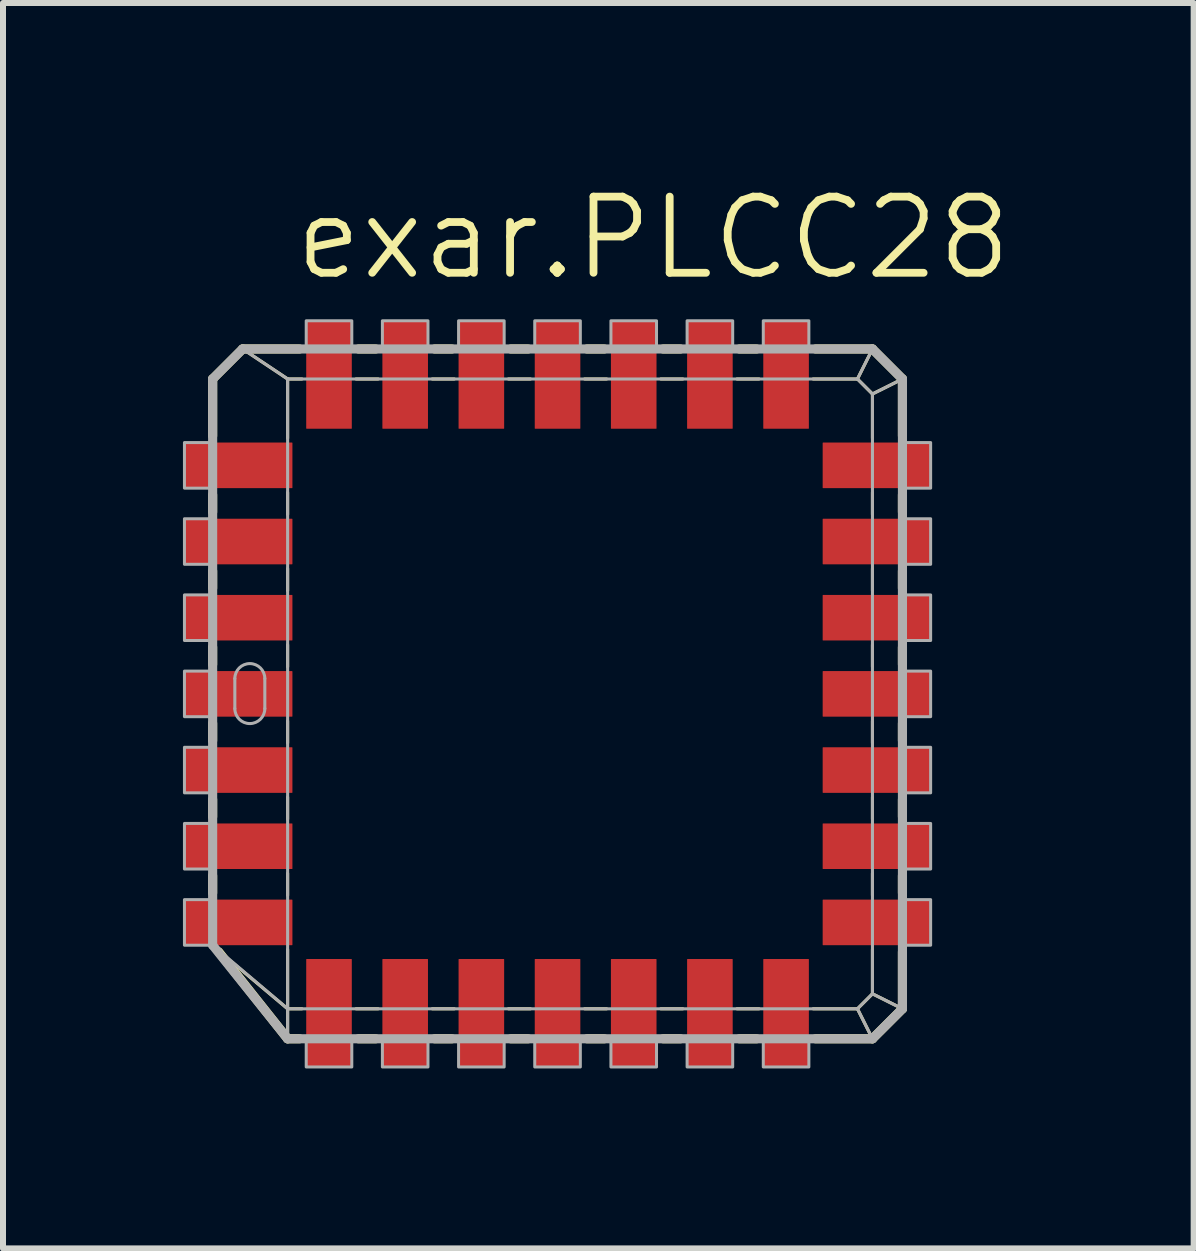
<source format=kicad_pcb>
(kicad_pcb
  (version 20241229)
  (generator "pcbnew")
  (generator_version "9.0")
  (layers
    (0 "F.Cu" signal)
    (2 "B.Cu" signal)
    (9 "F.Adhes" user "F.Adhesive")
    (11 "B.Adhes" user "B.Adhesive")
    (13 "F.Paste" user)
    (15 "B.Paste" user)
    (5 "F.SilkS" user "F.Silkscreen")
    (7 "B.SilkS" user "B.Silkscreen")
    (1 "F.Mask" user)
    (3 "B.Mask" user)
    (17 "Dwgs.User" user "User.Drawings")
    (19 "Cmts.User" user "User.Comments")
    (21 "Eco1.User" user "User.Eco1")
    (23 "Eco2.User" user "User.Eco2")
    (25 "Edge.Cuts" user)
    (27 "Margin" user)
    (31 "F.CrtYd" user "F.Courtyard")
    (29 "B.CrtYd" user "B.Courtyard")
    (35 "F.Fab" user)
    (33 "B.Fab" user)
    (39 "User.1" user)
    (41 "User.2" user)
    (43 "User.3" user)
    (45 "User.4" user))
  (footprint "exar.PLCC28"
    (layer "F.Cu")
    (at 6.245 8.518)
    (property "Reference" "exar.PLCC28" (at -4.445 -6.858 0) (layer "F.SilkS") (effects (font (size 1.27 1.27) (thickness 0.13)) (justify left bottom)))
    (attr smd)
    (fp_line (start -5.75 -5.25) (end -5.25 -5.75) (stroke (width 0.152) (type default)) (layer "F.SilkS"))
    (fp_line (start -5.75 -4.301) (end -5.75 -5.25) (stroke (width 0.152) (type default)) (layer "F.SilkS"))
    (fp_line (start -5.75 -3.031) (end -5.75 -3.319) (stroke (width 0.152) (type default)) (layer "F.SilkS"))
    (fp_line (start -5.75 -1.761) (end -5.75 -2.049) (stroke (width 0.152) (type default)) (layer "F.SilkS"))
    (fp_line (start -5.75 -0.491) (end -5.75 -0.779) (stroke (width 0.152) (type default)) (layer "F.SilkS"))
    (fp_line (start -5.75 0.779) (end -5.75 0.491) (stroke (width 0.152) (type default)) (layer "F.SilkS"))
    (fp_line (start -5.75 2.049) (end -5.75 1.761) (stroke (width 0.152) (type default)) (layer "F.SilkS"))
    (fp_line (start -5.75 3.319) (end -5.75 3.031) (stroke (width 0.152) (type default)) (layer "F.SilkS"))
    (fp_line (start -5.25 -5.75) (end -4.5 -5.25) (stroke (width 0.051) (type default)) (layer "F.SilkS"))
    (fp_line (start -5.25 -5.75) (end -4.301 -5.75) (stroke (width 0.152) (type default)) (layer "F.SilkS"))
    (fp_line (start -4.5 -5.25) (end -4.261 -5.25) (stroke (width 0.051) (type default)) (layer "F.SilkS"))
    (fp_line (start -4.5 -4.261) (end -4.5 -5.25) (stroke (width 0.051) (type default)) (layer "F.SilkS"))
    (fp_line (start -4.5 -2.991) (end -4.5 -3.359) (stroke (width 0.051) (type default)) (layer "F.SilkS"))
    (fp_line (start -4.5 -1.721) (end -4.5 -2.089) (stroke (width 0.051) (type default)) (layer "F.SilkS"))
    (fp_line (start -4.5 -0.451) (end -4.5 -0.819) (stroke (width 0.051) (type default)) (layer "F.SilkS"))
    (fp_line (start -4.5 0.819) (end -4.5 0.451) (stroke (width 0.051) (type default)) (layer "F.SilkS"))
    (fp_line (start -4.5 2.089) (end -4.5 1.721) (stroke (width 0.051) (type default)) (layer "F.SilkS"))
    (fp_line (start -4.5 3.359) (end -4.5 2.991) (stroke (width 0.051) (type default)) (layer "F.SilkS"))
    (fp_line (start -4.5 5.25) (end -5.679 4.261) (stroke (width 0.051) (type default)) (layer "F.SilkS"))
    (fp_line (start -4.5 5.25) (end -4.5 4.261) (stroke (width 0.051) (type default)) (layer "F.SilkS"))
    (fp_line (start -4.5 5.75) (end -5.649 4.301) (stroke (width 0.152) (type default)) (layer "F.SilkS"))
    (fp_line (start -4.5 5.75) (end -4.5 5.25) (stroke (width 0.051) (type default)) (layer "F.SilkS"))
    (fp_line (start -4.301 5.75) (end -4.5 5.75) (stroke (width 0.152) (type default)) (layer "F.SilkS"))
    (fp_line (start -4.261 5.25) (end -4.5 5.25) (stroke (width 0.051) (type default)) (layer "F.SilkS"))
    (fp_line (start -3.359 -5.25) (end -2.991 -5.25) (stroke (width 0.051) (type default)) (layer "F.SilkS"))
    (fp_line (start -3.319 -5.75) (end -3.031 -5.75) (stroke (width 0.152) (type default)) (layer "F.SilkS"))
    (fp_line (start -3.031 5.75) (end -3.319 5.75) (stroke (width 0.152) (type default)) (layer "F.SilkS"))
    (fp_line (start -2.991 5.25) (end -3.359 5.25) (stroke (width 0.051) (type default)) (layer "F.SilkS"))
    (fp_line (start -2.089 -5.25) (end -1.721 -5.25) (stroke (width 0.051) (type default)) (layer "F.SilkS"))
    (fp_line (start -2.049 -5.75) (end -1.761 -5.75) (stroke (width 0.152) (type default)) (layer "F.SilkS"))
    (fp_line (start -1.761 5.75) (end -2.049 5.75) (stroke (width 0.152) (type default)) (layer "F.SilkS"))
    (fp_line (start -1.721 5.25) (end -2.089 5.25) (stroke (width 0.051) (type default)) (layer "F.SilkS"))
    (fp_line (start -0.819 -5.25) (end -0.451 -5.25) (stroke (width 0.051) (type default)) (layer "F.SilkS"))
    (fp_line (start -0.779 -5.75) (end -0.491 -5.75) (stroke (width 0.152) (type default)) (layer "F.SilkS"))
    (fp_line (start -0.491 5.75) (end -0.779 5.75) (stroke (width 0.152) (type default)) (layer "F.SilkS"))
    (fp_line (start -0.451 5.25) (end -0.819 5.25) (stroke (width 0.051) (type default)) (layer "F.SilkS"))
    (fp_line (start 0.451 -5.25) (end 0.819 -5.25) (stroke (width 0.051) (type default)) (layer "F.SilkS"))
    (fp_line (start 0.491 -5.75) (end 0.779 -5.75) (stroke (width 0.152) (type default)) (layer "F.SilkS"))
    (fp_line (start 0.779 5.75) (end 0.491 5.75) (stroke (width 0.152) (type default)) (layer "F.SilkS"))
    (fp_line (start 0.819 5.25) (end 0.451 5.25) (stroke (width 0.051) (type default)) (layer "F.SilkS"))
    (fp_line (start 1.721 -5.25) (end 2.089 -5.25) (stroke (width 0.051) (type default)) (layer "F.SilkS"))
    (fp_line (start 1.761 -5.75) (end 2.049 -5.75) (stroke (width 0.152) (type default)) (layer "F.SilkS"))
    (fp_line (start 2.049 5.75) (end 1.761 5.75) (stroke (width 0.152) (type default)) (layer "F.SilkS"))
    (fp_line (start 2.089 5.25) (end 1.721 5.25) (stroke (width 0.051) (type default)) (layer "F.SilkS"))
    (fp_line (start 2.991 -5.25) (end 3.359 -5.25) (stroke (width 0.051) (type default)) (layer "F.SilkS"))
    (fp_line (start 3.031 -5.75) (end 3.319 -5.75) (stroke (width 0.152) (type default)) (layer "F.SilkS"))
    (fp_line (start 3.319 5.75) (end 3.031 5.75) (stroke (width 0.152) (type default)) (layer "F.SilkS"))
    (fp_line (start 3.359 5.25) (end 2.991 5.25) (stroke (width 0.051) (type default)) (layer "F.SilkS"))
    (fp_line (start 4.261 -5.25) (end 5 -5.25) (stroke (width 0.051) (type default)) (layer "F.SilkS"))
    (fp_line (start 4.301 -5.75) (end 5.25 -5.75) (stroke (width 0.152) (type default)) (layer "F.SilkS"))
    (fp_line (start 5 -5.25) (end 5.25 -5.75) (stroke (width 0.051) (type default)) (layer "F.SilkS"))
    (fp_line (start 5 -5.25) (end 5.25 -5) (stroke (width 0.051) (type default)) (layer "F.SilkS"))
    (fp_line (start 5 5.25) (end 4.261 5.25) (stroke (width 0.051) (type default)) (layer "F.SilkS"))
    (fp_line (start 5.25 -5.75) (end 5.75 -5.25) (stroke (width 0.152) (type default)) (layer "F.SilkS"))
    (fp_line (start 5.25 -5) (end 5.25 -4.261) (stroke (width 0.051) (type default)) (layer "F.SilkS"))
    (fp_line (start 5.25 -5) (end 5.75 -5.25) (stroke (width 0.051) (type default)) (layer "F.SilkS"))
    (fp_line (start 5.25 -3.359) (end 5.25 -2.991) (stroke (width 0.051) (type default)) (layer "F.SilkS"))
    (fp_line (start 5.25 -2.089) (end 5.25 -1.721) (stroke (width 0.051) (type default)) (layer "F.SilkS"))
    (fp_line (start 5.25 -0.819) (end 5.25 -0.451) (stroke (width 0.051) (type default)) (layer "F.SilkS"))
    (fp_line (start 5.25 0.451) (end 5.25 0.819) (stroke (width 0.051) (type default)) (layer "F.SilkS"))
    (fp_line (start 5.25 1.721) (end 5.25 2.089) (stroke (width 0.051) (type default)) (layer "F.SilkS"))
    (fp_line (start 5.25 2.991) (end 5.25 3.359) (stroke (width 0.051) (type default)) (layer "F.SilkS"))
    (fp_line (start 5.25 4.261) (end 5.25 5) (stroke (width 0.051) (type default)) (layer "F.SilkS"))
    (fp_line (start 5.25 5) (end 5 5.25) (stroke (width 0.051) (type default)) (layer "F.SilkS"))
    (fp_line (start 5.25 5.75) (end 4.301 5.75) (stroke (width 0.152) (type default)) (layer "F.SilkS"))
    (fp_line (start 5.25 5.75) (end 5 5.25) (stroke (width 0.051) (type default)) (layer "F.SilkS"))
    (fp_line (start 5.75 -5.25) (end 5.75 -4.301) (stroke (width 0.152) (type default)) (layer "F.SilkS"))
    (fp_line (start 5.75 -3.319) (end 5.75 -3.031) (stroke (width 0.152) (type default)) (layer "F.SilkS"))
    (fp_line (start 5.75 -2.049) (end 5.75 -1.761) (stroke (width 0.152) (type default)) (layer "F.SilkS"))
    (fp_line (start 5.75 -0.779) (end 5.75 -0.491) (stroke (width 0.152) (type default)) (layer "F.SilkS"))
    (fp_line (start 5.75 0.491) (end 5.75 0.779) (stroke (width 0.152) (type default)) (layer "F.SilkS"))
    (fp_line (start 5.75 1.761) (end 5.75 2.049) (stroke (width 0.152) (type default)) (layer "F.SilkS"))
    (fp_line (start 5.75 3.031) (end 5.75 3.319) (stroke (width 0.152) (type default)) (layer "F.SilkS"))
    (fp_line (start 5.75 4.301) (end 5.75 5.25) (stroke (width 0.152) (type default)) (layer "F.SilkS"))
    (fp_line (start 5.75 5.25) (end 5.25 5) (stroke (width 0.051) (type default)) (layer "F.SilkS"))
    (fp_line (start 5.75 5.25) (end 5.25 5.75) (stroke (width 0.152) (type default)) (layer "F.SilkS"))
    (fp_line (start -5.75 -5.25) (end -5.25 -5.75) (stroke (width 0.152) (type default)) (layer "F.Fab"))
    (fp_line (start -5.75 4.19) (end -5.75 -5.25) (stroke (width 0.152) (type default)) (layer "F.Fab"))
    (fp_line (start -5.38 -0.255) (end -5.38 0.245) (stroke (width 0.051) (type default)) (layer "F.Fab"))
    (fp_line (start -5.25 -5.75) (end -4.5 -5.25) (stroke (width 0.051) (type default)) (layer "F.Fab"))
    (fp_line (start -5.25 -5.75) (end 5.25 -5.75) (stroke (width 0.152) (type default)) (layer "F.Fab"))
    (fp_line (start -4.88 -0.255) (end -4.88 0.245) (stroke (width 0.051) (type default)) (layer "F.Fab"))
    (fp_line (start -4.5 -5.25) (end 5 -5.25) (stroke (width 0.051) (type default)) (layer "F.Fab"))
    (fp_line (start -4.5 5.25) (end -5.75 4.19) (stroke (width 0.051) (type default)) (layer "F.Fab"))
    (fp_line (start -4.5 5.25) (end -4.5 -5.25) (stroke (width 0.051) (type default)) (layer "F.Fab"))
    (fp_line (start -4.5 5.75) (end -5.75 4.19) (stroke (width 0.152) (type default)) (layer "F.Fab"))
    (fp_line (start -4.5 5.75) (end -4.5 5.25) (stroke (width 0.051) (type default)) (layer "F.Fab"))
    (fp_line (start 5 -5.25) (end 5.25 -5.75) (stroke (width 0.051) (type default)) (layer "F.Fab"))
    (fp_line (start 5 -5.25) (end 5.25 -5) (stroke (width 0.051) (type default)) (layer "F.Fab"))
    (fp_line (start 5 5.25) (end -4.5 5.25) (stroke (width 0.051) (type default)) (layer "F.Fab"))
    (fp_line (start 5.25 -5.75) (end 5.75 -5.25) (stroke (width 0.152) (type default)) (layer "F.Fab"))
    (fp_line (start 5.25 -5) (end 5.25 5) (stroke (width 0.051) (type default)) (layer "F.Fab"))
    (fp_line (start 5.25 -5) (end 5.75 -5.25) (stroke (width 0.051) (type default)) (layer "F.Fab"))
    (fp_line (start 5.25 5) (end 5 5.25) (stroke (width 0.051) (type default)) (layer "F.Fab"))
    (fp_line (start 5.25 5.75) (end -4.5 5.75) (stroke (width 0.152) (type default)) (layer "F.Fab"))
    (fp_line (start 5.25 5.75) (end 5 5.25) (stroke (width 0.051) (type default)) (layer "F.Fab"))
    (fp_line (start 5.75 -5.25) (end 5.75 5.25) (stroke (width 0.152) (type default)) (layer "F.Fab"))
    (fp_line (start 5.75 5.25) (end 5.25 5) (stroke (width 0.051) (type default)) (layer "F.Fab"))
    (fp_line (start 5.75 5.25) (end 5.25 5.75) (stroke (width 0.152) (type default)) (layer "F.Fab"))
    (fp_rect (start -6.22 -3.43) (end -5.75 -4.19) (stroke (width 0.05) (type default)) (fill no) (layer "F.Fab"))
    (fp_rect (start -6.22 -2.16) (end -5.75 -2.92) (stroke (width 0.05) (type default)) (fill no) (layer "F.Fab"))
    (fp_rect (start -6.22 -0.89) (end -5.75 -1.65) (stroke (width 0.05) (type default)) (fill no) (layer "F.Fab"))
    (fp_rect (start -6.22 0.38) (end -5.75 -0.38) (stroke (width 0.05) (type default)) (fill no) (layer "F.Fab"))
    (fp_rect (start -6.22 1.65) (end -5.75 0.89) (stroke (width 0.05) (type default)) (fill no) (layer "F.Fab"))
    (fp_rect (start -6.22 2.92) (end -5.75 2.16) (stroke (width 0.05) (type default)) (fill no) (layer "F.Fab"))
    (fp_rect (start -6.22 4.19) (end -5.75 3.43) (stroke (width 0.05) (type default)) (fill no) (layer "F.Fab"))
    (fp_rect (start -4.19 -5.75) (end -3.43 -6.22) (stroke (width 0.05) (type default)) (fill no) (layer "F.Fab"))
    (fp_rect (start -4.19 6.22) (end -3.43 5.75) (stroke (width 0.05) (type default)) (fill no) (layer "F.Fab"))
    (fp_rect (start -2.92 -5.75) (end -2.16 -6.22) (stroke (width 0.05) (type default)) (fill no) (layer "F.Fab"))
    (fp_rect (start -2.92 6.22) (end -2.16 5.75) (stroke (width 0.05) (type default)) (fill no) (layer "F.Fab"))
    (fp_rect (start -1.65 -5.75) (end -0.89 -6.22) (stroke (width 0.05) (type default)) (fill no) (layer "F.Fab"))
    (fp_rect (start -1.65 6.22) (end -0.89 5.75) (stroke (width 0.05) (type default)) (fill no) (layer "F.Fab"))
    (fp_rect (start -0.38 -5.75) (end 0.38 -6.22) (stroke (width 0.05) (type default)) (fill no) (layer "F.Fab"))
    (fp_rect (start -0.38 6.22) (end 0.38 5.75) (stroke (width 0.05) (type default)) (fill no) (layer "F.Fab"))
    (fp_rect (start 0.89 -5.75) (end 1.65 -6.22) (stroke (width 0.05) (type default)) (fill no) (layer "F.Fab"))
    (fp_rect (start 0.89 6.22) (end 1.65 5.75) (stroke (width 0.05) (type default)) (fill no) (layer "F.Fab"))
    (fp_rect (start 2.16 -5.75) (end 2.92 -6.22) (stroke (width 0.05) (type default)) (fill no) (layer "F.Fab"))
    (fp_rect (start 2.16 6.22) (end 2.92 5.75) (stroke (width 0.05) (type default)) (fill no) (layer "F.Fab"))
    (fp_rect (start 3.43 -5.75) (end 4.19 -6.22) (stroke (width 0.05) (type default)) (fill no) (layer "F.Fab"))
    (fp_rect (start 3.43 6.22) (end 4.19 5.75) (stroke (width 0.05) (type default)) (fill no) (layer "F.Fab"))
    (fp_rect (start 5.75 -3.43) (end 6.22 -4.19) (stroke (width 0.05) (type default)) (fill no) (layer "F.Fab"))
    (fp_rect (start 5.75 -2.16) (end 6.22 -2.92) (stroke (width 0.05) (type default)) (fill no) (layer "F.Fab"))
    (fp_rect (start 5.75 -0.89) (end 6.22 -1.65) (stroke (width 0.05) (type default)) (fill no) (layer "F.Fab"))
    (fp_rect (start 5.75 0.38) (end 6.22 -0.38) (stroke (width 0.05) (type default)) (fill no) (layer "F.Fab"))
    (fp_rect (start 5.75 1.65) (end 6.22 0.89) (stroke (width 0.05) (type default)) (fill no) (layer "F.Fab"))
    (fp_rect (start 5.75 2.92) (end 6.22 2.16) (stroke (width 0.05) (type default)) (fill no) (layer "F.Fab"))
    (fp_rect (start 5.75 4.19) (end 6.22 3.43) (stroke (width 0.05) (type default)) (fill no) (layer "F.Fab"))
    (fp_arc (start -5.38 -0.255) (mid -5.13 -0.505) (end -4.88 -0.255) (stroke (width 0.0508) (type default)) (layer "F.Fab"))
    (fp_arc (start -4.88 0.245) (mid -5.13 0.495) (end -5.38 0.245) (stroke (width 0.0508) (type default)) (layer "F.Fab"))
    (pad "1" smd roundrect (at -5.32 0) (size 1.8 0.76) (layers "F.Cu" "F.Mask" "F.Paste") (roundrect_rratio 0.01))
    (pad "2" smd roundrect (at -5.32 1.27) (size 1.8 0.76) (layers "F.Cu" "F.Mask" "F.Paste") (roundrect_rratio 0.01))
    (pad "3" smd roundrect (at -5.32 2.54) (size 1.8 0.76) (layers "F.Cu" "F.Mask" "F.Paste") (roundrect_rratio 0.01))
    (pad "4" smd roundrect (at -5.32 3.81) (size 1.8 0.76) (layers "F.Cu" "F.Mask" "F.Paste") (roundrect_rratio 0.01))
    (pad "5" smd roundrect (at -3.81 5.32) (size 0.76 1.8) (layers "F.Cu" "F.Mask" "F.Paste") (roundrect_rratio 0.01))
    (pad "6" smd roundrect (at -2.54 5.32) (size 0.76 1.8) (layers "F.Cu" "F.Mask" "F.Paste") (roundrect_rratio 0.01))
    (pad "7" smd roundrect (at -1.27 5.32) (size 0.76 1.8) (layers "F.Cu" "F.Mask" "F.Paste") (roundrect_rratio 0.01))
    (pad "8" smd roundrect (at 0 5.32) (size 0.76 1.8) (layers "F.Cu" "F.Mask" "F.Paste") (roundrect_rratio 0.01))
    (pad "9" smd roundrect (at 1.27 5.32) (size 0.76 1.8) (layers "F.Cu" "F.Mask" "F.Paste") (roundrect_rratio 0.01))
    (pad "10" smd roundrect (at 2.54 5.32) (size 0.76 1.8) (layers "F.Cu" "F.Mask" "F.Paste") (roundrect_rratio 0.01))
    (pad "11" smd roundrect (at 3.81 5.32) (size 0.76 1.8) (layers "F.Cu" "F.Mask" "F.Paste") (roundrect_rratio 0.01))
    (pad "12" smd roundrect (at 5.32 3.81) (size 1.8 0.76) (layers "F.Cu" "F.Mask" "F.Paste") (roundrect_rratio 0.01))
    (pad "13" smd roundrect (at 5.32 2.54) (size 1.8 0.76) (layers "F.Cu" "F.Mask" "F.Paste") (roundrect_rratio 0.01))
    (pad "14" smd roundrect (at 5.32 1.27) (size 1.8 0.76) (layers "F.Cu" "F.Mask" "F.Paste") (roundrect_rratio 0.01))
    (pad "15" smd roundrect (at 5.32 0) (size 1.8 0.76) (layers "F.Cu" "F.Mask" "F.Paste") (roundrect_rratio 0.01))
    (pad "16" smd roundrect (at 5.32 -1.27) (size 1.8 0.76) (layers "F.Cu" "F.Mask" "F.Paste") (roundrect_rratio 0.01))
    (pad "17" smd roundrect (at 5.32 -2.54) (size 1.8 0.76) (layers "F.Cu" "F.Mask" "F.Paste") (roundrect_rratio 0.01))
    (pad "18" smd roundrect (at 5.32 -3.81) (size 1.8 0.76) (layers "F.Cu" "F.Mask" "F.Paste") (roundrect_rratio 0.01))
    (pad "19" smd roundrect (at 3.81 -5.32) (size 0.76 1.8) (layers "F.Cu" "F.Mask" "F.Paste") (roundrect_rratio 0.01))
    (pad "20" smd roundrect (at 2.54 -5.32) (size 0.76 1.8) (layers "F.Cu" "F.Mask" "F.Paste") (roundrect_rratio 0.01))
    (pad "21" smd roundrect (at 1.27 -5.32) (size 0.76 1.8) (layers "F.Cu" "F.Mask" "F.Paste") (roundrect_rratio 0.01))
    (pad "22" smd roundrect (at 0 -5.32) (size 0.76 1.8) (layers "F.Cu" "F.Mask" "F.Paste") (roundrect_rratio 0.01))
    (pad "23" smd roundrect (at -1.27 -5.32) (size 0.76 1.8) (layers "F.Cu" "F.Mask" "F.Paste") (roundrect_rratio 0.01))
    (pad "24" smd roundrect (at -2.54 -5.32) (size 0.76 1.8) (layers "F.Cu" "F.Mask" "F.Paste") (roundrect_rratio 0.01))
    (pad "25" smd roundrect (at -3.81 -5.32) (size 0.76 1.8) (layers "F.Cu" "F.Mask" "F.Paste") (roundrect_rratio 0.01))
    (pad "26" smd roundrect (at -5.32 -3.81) (size 1.8 0.76) (layers "F.Cu" "F.Mask" "F.Paste") (roundrect_rratio 0.01))
    (pad "27" smd roundrect (at -5.32 -2.54) (size 1.8 0.76) (layers "F.Cu" "F.Mask" "F.Paste") (roundrect_rratio 0.01))
    (pad "28" smd roundrect (at -5.32 -1.27) (size 1.8 0.76) (layers "F.Cu" "F.Mask" "F.Paste") (roundrect_rratio 0.01)))
  (gr_rect
    (start -3 -3)
    (end 16.85 17.763)
    (stroke (width 0.1) (type default))
    (fill no)
    (layer "Edge.Cuts")))
</source>
